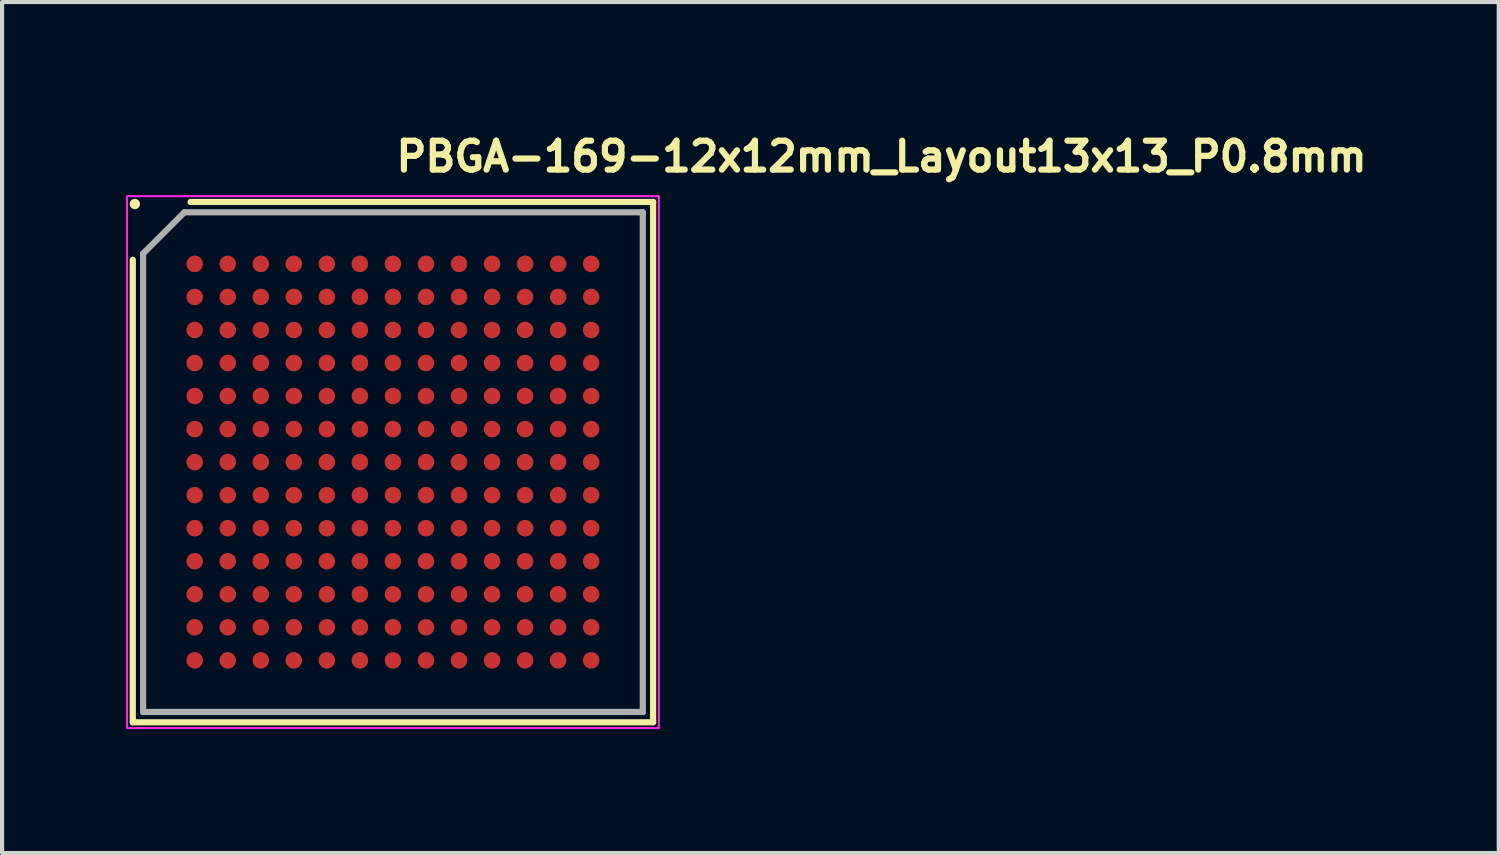
<source format=kicad_pcb>
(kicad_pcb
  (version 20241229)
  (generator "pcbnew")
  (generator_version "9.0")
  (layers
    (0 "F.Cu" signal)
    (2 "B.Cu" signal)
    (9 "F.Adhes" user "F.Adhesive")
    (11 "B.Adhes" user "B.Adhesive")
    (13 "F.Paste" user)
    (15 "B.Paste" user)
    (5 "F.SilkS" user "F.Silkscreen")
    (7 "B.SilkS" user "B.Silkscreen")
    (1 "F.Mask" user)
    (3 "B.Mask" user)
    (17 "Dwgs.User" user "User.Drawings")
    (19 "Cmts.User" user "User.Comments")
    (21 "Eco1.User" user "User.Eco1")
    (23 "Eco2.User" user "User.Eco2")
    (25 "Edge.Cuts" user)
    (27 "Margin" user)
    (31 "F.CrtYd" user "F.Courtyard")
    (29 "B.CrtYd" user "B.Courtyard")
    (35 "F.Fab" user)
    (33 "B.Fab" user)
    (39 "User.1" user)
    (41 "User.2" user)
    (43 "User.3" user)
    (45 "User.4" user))
  (footprint "PBGA-169-12x12mm_Layout13x13_P0.8mm"
    (layer "F.Cu")
    (at 6.465 8.14)
    (property "Reference" "PBGA-169-12x12mm_Layout13x13_P0.8mm" (at 0 -6.99 0) (unlocked yes) (layer "F.SilkS") (effects (font (size 0.7 0.7) (thickness 0.15)) (justify left bottom)))
    (attr smd)
    (fp_line (start -6.3 -4.9) (end -6.3 6.3) (stroke (width 0.15) (type solid)) (layer "F.SilkS"))
    (fp_line (start -6.3 6.3) (end 6.3 6.3) (stroke (width 0.15) (type solid)) (layer "F.SilkS"))
    (fp_line (start 6.3 -6.3) (end -4.9 -6.3) (stroke (width 0.15) (type solid)) (layer "F.SilkS"))
    (fp_line (start 6.3 6.3) (end 6.3 -6.3) (stroke (width 0.15) (type solid)) (layer "F.SilkS"))
    (fp_circle (center -6.25 -6.25) (end -6.2 -6.25) (stroke (width 0.15) (type solid)) (fill yes) (layer "F.SilkS"))
    (fp_rect (start -6.44 -6.44) (end 6.44 6.44) (stroke (width 0.05) (type solid)) (fill no) (layer "F.CrtYd"))
    (fp_line (start -6.05 -5.05) (end -6.05 6.05) (stroke (width 0.15) (type solid)) (layer "F.Fab"))
    (fp_line (start -6.05 -5.05) (end -5.05 -6.05) (stroke (width 0.15) (type solid)) (layer "F.Fab"))
    (fp_line (start -6.05 6.05) (end 6.05 6.05) (stroke (width 0.15) (type solid)) (layer "F.Fab"))
    (fp_line (start 6.05 -6.05) (end -5.05 -6.05) (stroke (width 0.15) (type solid)) (layer "F.Fab"))
    (fp_line (start 6.05 -6.05) (end 6.05 6.05) (stroke (width 0.15) (type solid)) (layer "F.Fab"))
    (fp_rect (start -6.045 -6.045) (end 6.045 6.045) (stroke (width 0.1) (type solid)) (fill no) (layer "User.5"))
    (fp_line (start -6.045 -6.045) (end -6.045 6.045) (stroke (width 0.02) (type solid)) (layer "User.9"))
    (fp_line (start -6.045 6.045) (end 6.045 6.045) (stroke (width 0.02) (type solid)) (layer "User.9"))
    (fp_line (start -5.138 -4.836) (end -5.134 -4.788) (stroke (width 0.02) (type solid)) (layer "User.9"))
    (fp_line (start -5.134 -4.884) (end -5.138 -4.836) (stroke (width 0.02) (type solid)) (layer "User.9"))
    (fp_line (start -5.134 -4.788) (end -5.123 -4.74) (stroke (width 0.02) (type solid)) (layer "User.9"))
    (fp_line (start -5.123 -4.932) (end -5.134 -4.884) (stroke (width 0.02) (type solid)) (layer "User.9"))
    (fp_line (start -5.123 -4.74) (end -5.103 -4.696) (stroke (width 0.02) (type solid)) (layer "User.9"))
    (fp_line (start -5.104 -4.976) (end -5.123 -4.932) (stroke (width 0.02) (type solid)) (layer "User.9"))
    (fp_line (start -5.103 -4.696) (end -5.078 -4.654) (stroke (width 0.02) (type solid)) (layer "User.9"))
    (fp_line (start -5.078 -5.018) (end -5.104 -4.976) (stroke (width 0.02) (type solid)) (layer "User.9"))
    (fp_line (start -5.078 -4.654) (end -5.045 -4.618) (stroke (width 0.02) (type solid)) (layer "User.9"))
    (fp_line (start -5.045 -5.054) (end -5.078 -5.018) (stroke (width 0.02) (type solid)) (layer "User.9"))
    (fp_line (start -5.045 -4.618) (end -5.008 -4.588) (stroke (width 0.02) (type solid)) (layer "User.9"))
    (fp_line (start -5.008 -5.085) (end -5.045 -5.054) (stroke (width 0.02) (type solid)) (layer "User.9"))
    (fp_line (start -5.008 -4.588) (end -4.966 -4.563) (stroke (width 0.02) (type solid)) (layer "User.9"))
    (fp_line (start -4.966 -5.109) (end -5.008 -5.085) (stroke (width 0.02) (type solid)) (layer "User.9"))
    (fp_line (start -4.966 -4.563) (end -4.92 -4.546) (stroke (width 0.02) (type solid)) (layer "User.9"))
    (fp_line (start -4.92 -5.126) (end -4.966 -5.109) (stroke (width 0.02) (type solid)) (layer "User.9"))
    (fp_line (start -4.92 -4.546) (end -4.872 -4.536) (stroke (width 0.02) (type solid)) (layer "User.9"))
    (fp_line (start -4.872 -5.136) (end -4.92 -5.126) (stroke (width 0.02) (type solid)) (layer "User.9"))
    (fp_line (start -4.872 -4.536) (end -4.824 -4.534) (stroke (width 0.02) (type solid)) (layer "User.9"))
    (fp_line (start -4.824 -5.138) (end -4.872 -5.136) (stroke (width 0.02) (type solid)) (layer "User.9"))
    (fp_line (start -4.824 -4.534) (end -4.776 -4.54) (stroke (width 0.02) (type solid)) (layer "User.9"))
    (fp_line (start -4.776 -5.132) (end -4.824 -5.138) (stroke (width 0.02) (type solid)) (layer "User.9"))
    (fp_line (start -4.776 -4.54) (end -4.729 -4.553) (stroke (width 0.02) (type solid)) (layer "User.9"))
    (fp_line (start -4.729 -5.118) (end -4.776 -5.132) (stroke (width 0.02) (type solid)) (layer "User.9"))
    (fp_line (start -4.729 -4.553) (end -4.685 -4.574) (stroke (width 0.02) (type solid)) (layer "User.9"))
    (fp_line (start -4.685 -5.098) (end -4.729 -5.118) (stroke (width 0.02) (type solid)) (layer "User.9"))
    (fp_line (start -4.685 -4.574) (end -4.645 -4.602) (stroke (width 0.02) (type solid)) (layer "User.9"))
    (fp_line (start -4.645 -5.07) (end -4.685 -5.098) (stroke (width 0.02) (type solid)) (layer "User.9"))
    (fp_line (start -4.645 -4.602) (end -4.61 -4.636) (stroke (width 0.02) (type solid)) (layer "User.9"))
    (fp_line (start -4.61 -5.036) (end -4.645 -5.07) (stroke (width 0.02) (type solid)) (layer "User.9"))
    (fp_line (start -4.61 -4.636) (end -4.58 -4.674) (stroke (width 0.02) (type solid)) (layer "User.9"))
    (fp_line (start -4.581 -4.998) (end -4.61 -5.036) (stroke (width 0.02) (type solid)) (layer "User.9"))
    (fp_line (start -4.58 -4.674) (end -4.558 -4.718) (stroke (width 0.02) (type solid)) (layer "User.9"))
    (fp_line (start -4.558 -4.954) (end -4.581 -4.998) (stroke (width 0.02) (type solid)) (layer "User.9"))
    (fp_line (start -4.558 -4.718) (end -4.543 -4.764) (stroke (width 0.02) (type solid)) (layer "User.9"))
    (fp_line (start -4.543 -4.908) (end -4.558 -4.954) (stroke (width 0.02) (type solid)) (layer "User.9"))
    (fp_line (start -4.543 -4.764) (end -4.535 -4.812) (stroke (width 0.02) (type solid)) (layer "User.9"))
    (fp_line (start -4.535 -4.86) (end -4.543 -4.908) (stroke (width 0.02) (type solid)) (layer "User.9"))
    (fp_line (start -4.535 -4.812) (end -4.535 -4.86) (stroke (width 0.02) (type solid)) (layer "User.9"))
    (fp_line (start 6.045 -6.045) (end -6.045 -6.045) (stroke (width 0.02) (type solid)) (layer "User.9"))
    (fp_line (start 6.045 6.045) (end 6.045 -6.045) (stroke (width 0.02) (type solid)) (layer "User.9"))
    (pad "A1" smd circle (at -4.8 -4.8 180) (size 0.4 0.4) (property pad_prop_bga) (layers "F.Cu" "F.Mask" "F.Paste"))
    (pad "A2" smd circle (at -4 -4.8 180) (size 0.4 0.4) (property pad_prop_bga) (layers "F.Cu" "F.Mask" "F.Paste"))
    (pad "A3" smd circle (at -3.2 -4.8 180) (size 0.4 0.4) (property pad_prop_bga) (layers "F.Cu" "F.Mask" "F.Paste"))
    (pad "A4" smd circle (at -2.4 -4.8 180) (size 0.4 0.4) (property pad_prop_bga) (layers "F.Cu" "F.Mask" "F.Paste"))
    (pad "A5" smd circle (at -1.6 -4.8 180) (size 0.4 0.4) (property pad_prop_bga) (layers "F.Cu" "F.Mask" "F.Paste"))
    (pad "A6" smd circle (at -0.8 -4.8 180) (size 0.4 0.4) (property pad_prop_bga) (layers "F.Cu" "F.Mask" "F.Paste"))
    (pad "A7" smd circle (at 0 -4.8 180) (size 0.4 0.4) (property pad_prop_bga) (layers "F.Cu" "F.Mask" "F.Paste"))
    (pad "A8" smd circle (at 0.8 -4.8 180) (size 0.4 0.4) (property pad_prop_bga) (layers "F.Cu" "F.Mask" "F.Paste"))
    (pad "A9" smd circle (at 1.6 -4.8 180) (size 0.4 0.4) (property pad_prop_bga) (layers "F.Cu" "F.Mask" "F.Paste"))
    (pad "A10" smd circle (at 2.4 -4.8 180) (size 0.4 0.4) (property pad_prop_bga) (layers "F.Cu" "F.Mask" "F.Paste"))
    (pad "A11" smd circle (at 3.2 -4.8 180) (size 0.4 0.4) (property pad_prop_bga) (layers "F.Cu" "F.Mask" "F.Paste"))
    (pad "A12" smd circle (at 4 -4.8 180) (size 0.4 0.4) (property pad_prop_bga) (layers "F.Cu" "F.Mask" "F.Paste"))
    (pad "A13" smd circle (at 4.8 -4.8 180) (size 0.4 0.4) (property pad_prop_bga) (layers "F.Cu" "F.Mask" "F.Paste"))
    (pad "B1" smd circle (at -4.8 -4 180) (size 0.4 0.4) (property pad_prop_bga) (layers "F.Cu" "F.Mask" "F.Paste"))
    (pad "B2" smd circle (at -4 -4 180) (size 0.4 0.4) (property pad_prop_bga) (layers "F.Cu" "F.Mask" "F.Paste"))
    (pad "B3" smd circle (at -3.2 -4 180) (size 0.4 0.4) (property pad_prop_bga) (layers "F.Cu" "F.Mask" "F.Paste"))
    (pad "B4" smd circle (at -2.4 -4 180) (size 0.4 0.4) (property pad_prop_bga) (layers "F.Cu" "F.Mask" "F.Paste"))
    (pad "B5" smd circle (at -1.6 -4 180) (size 0.4 0.4) (property pad_prop_bga) (layers "F.Cu" "F.Mask" "F.Paste"))
    (pad "B6" smd circle (at -0.8 -4 180) (size 0.4 0.4) (property pad_prop_bga) (layers "F.Cu" "F.Mask" "F.Paste"))
    (pad "B7" smd circle (at 0 -4 180) (size 0.4 0.4) (property pad_prop_bga) (layers "F.Cu" "F.Mask" "F.Paste"))
    (pad "B8" smd circle (at 0.8 -4 180) (size 0.4 0.4) (property pad_prop_bga) (layers "F.Cu" "F.Mask" "F.Paste"))
    (pad "B9" smd circle (at 1.6 -4 180) (size 0.4 0.4) (property pad_prop_bga) (layers "F.Cu" "F.Mask" "F.Paste"))
    (pad "B10" smd circle (at 2.4 -4 180) (size 0.4 0.4) (property pad_prop_bga) (layers "F.Cu" "F.Mask" "F.Paste"))
    (pad "B11" smd circle (at 3.2 -4 180) (size 0.4 0.4) (property pad_prop_bga) (layers "F.Cu" "F.Mask" "F.Paste"))
    (pad "B12" smd circle (at 4 -4 180) (size 0.4 0.4) (property pad_prop_bga) (layers "F.Cu" "F.Mask" "F.Paste"))
    (pad "B13" smd circle (at 4.8 -4 180) (size 0.4 0.4) (property pad_prop_bga) (layers "F.Cu" "F.Mask" "F.Paste"))
    (pad "C1" smd circle (at -4.8 -3.2 180) (size 0.4 0.4) (property pad_prop_bga) (layers "F.Cu" "F.Mask" "F.Paste"))
    (pad "C2" smd circle (at -4 -3.2 180) (size 0.4 0.4) (property pad_prop_bga) (layers "F.Cu" "F.Mask" "F.Paste"))
    (pad "C3" smd circle (at -3.2 -3.2 180) (size 0.4 0.4) (property pad_prop_bga) (layers "F.Cu" "F.Mask" "F.Paste"))
    (pad "C4" smd circle (at -2.4 -3.2 180) (size 0.4 0.4) (property pad_prop_bga) (layers "F.Cu" "F.Mask" "F.Paste"))
    (pad "C5" smd circle (at -1.6 -3.2 180) (size 0.4 0.4) (property pad_prop_bga) (layers "F.Cu" "F.Mask" "F.Paste"))
    (pad "C6" smd circle (at -0.8 -3.2 180) (size 0.4 0.4) (property pad_prop_bga) (layers "F.Cu" "F.Mask" "F.Paste"))
    (pad "C7" smd circle (at 0 -3.2 180) (size 0.4 0.4) (property pad_prop_bga) (layers "F.Cu" "F.Mask" "F.Paste"))
    (pad "C8" smd circle (at 0.8 -3.2 180) (size 0.4 0.4) (property pad_prop_bga) (layers "F.Cu" "F.Mask" "F.Paste"))
    (pad "C9" smd circle (at 1.6 -3.2 180) (size 0.4 0.4) (property pad_prop_bga) (layers "F.Cu" "F.Mask" "F.Paste"))
    (pad "C10" smd circle (at 2.4 -3.2 180) (size 0.4 0.4) (property pad_prop_bga) (layers "F.Cu" "F.Mask" "F.Paste"))
    (pad "C11" smd circle (at 3.2 -3.2 180) (size 0.4 0.4) (property pad_prop_bga) (layers "F.Cu" "F.Mask" "F.Paste"))
    (pad "C12" smd circle (at 4 -3.2 180) (size 0.4 0.4) (property pad_prop_bga) (layers "F.Cu" "F.Mask" "F.Paste"))
    (pad "C13" smd circle (at 4.8 -3.2 180) (size 0.4 0.4) (property pad_prop_bga) (layers "F.Cu" "F.Mask" "F.Paste"))
    (pad "D1" smd circle (at -4.8 -2.4 180) (size 0.4 0.4) (property pad_prop_bga) (layers "F.Cu" "F.Mask" "F.Paste"))
    (pad "D2" smd circle (at -4 -2.4 180) (size 0.4 0.4) (property pad_prop_bga) (layers "F.Cu" "F.Mask" "F.Paste"))
    (pad "D3" smd circle (at -3.2 -2.4 180) (size 0.4 0.4) (property pad_prop_bga) (layers "F.Cu" "F.Mask" "F.Paste"))
    (pad "D4" smd circle (at -2.4 -2.4 180) (size 0.4 0.4) (property pad_prop_bga) (layers "F.Cu" "F.Mask" "F.Paste"))
    (pad "D5" smd circle (at -1.6 -2.4 180) (size 0.4 0.4) (property pad_prop_bga) (layers "F.Cu" "F.Mask" "F.Paste"))
    (pad "D6" smd circle (at -0.8 -2.4 180) (size 0.4 0.4) (property pad_prop_bga) (layers "F.Cu" "F.Mask" "F.Paste"))
    (pad "D7" smd circle (at 0 -2.4 180) (size 0.4 0.4) (property pad_prop_bga) (layers "F.Cu" "F.Mask" "F.Paste"))
    (pad "D8" smd circle (at 0.8 -2.4 180) (size 0.4 0.4) (property pad_prop_bga) (layers "F.Cu" "F.Mask" "F.Paste"))
    (pad "D9" smd circle (at 1.6 -2.4 180) (size 0.4 0.4) (property pad_prop_bga) (layers "F.Cu" "F.Mask" "F.Paste"))
    (pad "D10" smd circle (at 2.4 -2.4 180) (size 0.4 0.4) (property pad_prop_bga) (layers "F.Cu" "F.Mask" "F.Paste"))
    (pad "D11" smd circle (at 3.2 -2.4 180) (size 0.4 0.4) (property pad_prop_bga) (layers "F.Cu" "F.Mask" "F.Paste"))
    (pad "D12" smd circle (at 4 -2.4 180) (size 0.4 0.4) (property pad_prop_bga) (layers "F.Cu" "F.Mask" "F.Paste"))
    (pad "D13" smd circle (at 4.8 -2.4 180) (size 0.4 0.4) (property pad_prop_bga) (layers "F.Cu" "F.Mask" "F.Paste"))
    (pad "E1" smd circle (at -4.8 -1.6 180) (size 0.4 0.4) (property pad_prop_bga) (layers "F.Cu" "F.Mask" "F.Paste"))
    (pad "E2" smd circle (at -4 -1.6 180) (size 0.4 0.4) (property pad_prop_bga) (layers "F.Cu" "F.Mask" "F.Paste"))
    (pad "E3" smd circle (at -3.2 -1.6 180) (size 0.4 0.4) (property pad_prop_bga) (layers "F.Cu" "F.Mask" "F.Paste"))
    (pad "E4" smd circle (at -2.4 -1.6 180) (size 0.4 0.4) (property pad_prop_bga) (layers "F.Cu" "F.Mask" "F.Paste"))
    (pad "E5" smd circle (at -1.6 -1.6 180) (size 0.4 0.4) (property pad_prop_bga) (layers "F.Cu" "F.Mask" "F.Paste"))
    (pad "E6" smd circle (at -0.8 -1.6 180) (size 0.4 0.4) (property pad_prop_bga) (layers "F.Cu" "F.Mask" "F.Paste"))
    (pad "E7" smd circle (at 0 -1.6 180) (size 0.4 0.4) (property pad_prop_bga) (layers "F.Cu" "F.Mask" "F.Paste"))
    (pad "E8" smd circle (at 0.8 -1.6 180) (size 0.4 0.4) (property pad_prop_bga) (layers "F.Cu" "F.Mask" "F.Paste"))
    (pad "E9" smd circle (at 1.6 -1.6 180) (size 0.4 0.4) (property pad_prop_bga) (layers "F.Cu" "F.Mask" "F.Paste"))
    (pad "E10" smd circle (at 2.4 -1.6 180) (size 0.4 0.4) (property pad_prop_bga) (layers "F.Cu" "F.Mask" "F.Paste"))
    (pad "E11" smd circle (at 3.2 -1.6 180) (size 0.4 0.4) (property pad_prop_bga) (layers "F.Cu" "F.Mask" "F.Paste"))
    (pad "E12" smd circle (at 4 -1.6 180) (size 0.4 0.4) (property pad_prop_bga) (layers "F.Cu" "F.Mask" "F.Paste"))
    (pad "E13" smd circle (at 4.8 -1.6 180) (size 0.4 0.4) (property pad_prop_bga) (layers "F.Cu" "F.Mask" "F.Paste"))
    (pad "F1" smd circle (at -4.8 -0.8 180) (size 0.4 0.4) (property pad_prop_bga) (layers "F.Cu" "F.Mask" "F.Paste"))
    (pad "F2" smd circle (at -4 -0.8 180) (size 0.4 0.4) (property pad_prop_bga) (layers "F.Cu" "F.Mask" "F.Paste"))
    (pad "F3" smd circle (at -3.2 -0.8 180) (size 0.4 0.4) (property pad_prop_bga) (layers "F.Cu" "F.Mask" "F.Paste"))
    (pad "F4" smd circle (at -2.4 -0.8 180) (size 0.4 0.4) (property pad_prop_bga) (layers "F.Cu" "F.Mask" "F.Paste"))
    (pad "F5" smd circle (at -1.6 -0.8 180) (size 0.4 0.4) (property pad_prop_bga) (layers "F.Cu" "F.Mask" "F.Paste"))
    (pad "F6" smd circle (at -0.8 -0.8 180) (size 0.4 0.4) (property pad_prop_bga) (layers "F.Cu" "F.Mask" "F.Paste"))
    (pad "F7" smd circle (at 0 -0.8 180) (size 0.4 0.4) (property pad_prop_bga) (layers "F.Cu" "F.Mask" "F.Paste"))
    (pad "F8" smd circle (at 0.8 -0.8 180) (size 0.4 0.4) (property pad_prop_bga) (layers "F.Cu" "F.Mask" "F.Paste"))
    (pad "F9" smd circle (at 1.6 -0.8 180) (size 0.4 0.4) (property pad_prop_bga) (layers "F.Cu" "F.Mask" "F.Paste"))
    (pad "F10" smd circle (at 2.4 -0.8 180) (size 0.4 0.4) (property pad_prop_bga) (layers "F.Cu" "F.Mask" "F.Paste"))
    (pad "F11" smd circle (at 3.2 -0.8 180) (size 0.4 0.4) (property pad_prop_bga) (layers "F.Cu" "F.Mask" "F.Paste"))
    (pad "F12" smd circle (at 4 -0.8 180) (size 0.4 0.4) (property pad_prop_bga) (layers "F.Cu" "F.Mask" "F.Paste"))
    (pad "F13" smd circle (at 4.8 -0.8 180) (size 0.4 0.4) (property pad_prop_bga) (layers "F.Cu" "F.Mask" "F.Paste"))
    (pad "G1" smd circle (at -4.8 0 180) (size 0.4 0.4) (property pad_prop_bga) (layers "F.Cu" "F.Mask" "F.Paste"))
    (pad "G2" smd circle (at -4 0 180) (size 0.4 0.4) (property pad_prop_bga) (layers "F.Cu" "F.Mask" "F.Paste"))
    (pad "G3" smd circle (at -3.2 0 180) (size 0.4 0.4) (property pad_prop_bga) (layers "F.Cu" "F.Mask" "F.Paste"))
    (pad "G4" smd circle (at -2.4 0 180) (size 0.4 0.4) (property pad_prop_bga) (layers "F.Cu" "F.Mask" "F.Paste"))
    (pad "G5" smd circle (at -1.6 0 180) (size 0.4 0.4) (property pad_prop_bga) (layers "F.Cu" "F.Mask" "F.Paste"))
    (pad "G6" smd circle (at -0.8 0 180) (size 0.4 0.4) (property pad_prop_bga) (layers "F.Cu" "F.Mask" "F.Paste"))
    (pad "G7" smd circle (at 0 0 180) (size 0.4 0.4) (property pad_prop_bga) (layers "F.Cu" "F.Mask" "F.Paste"))
    (pad "G8" smd circle (at 0.8 0 180) (size 0.4 0.4) (property pad_prop_bga) (layers "F.Cu" "F.Mask" "F.Paste"))
    (pad "G9" smd circle (at 1.6 0 180) (size 0.4 0.4) (property pad_prop_bga) (layers "F.Cu" "F.Mask" "F.Paste"))
    (pad "G10" smd circle (at 2.4 0 180) (size 0.4 0.4) (property pad_prop_bga) (layers "F.Cu" "F.Mask" "F.Paste"))
    (pad "G11" smd circle (at 3.2 0 180) (size 0.4 0.4) (property pad_prop_bga) (layers "F.Cu" "F.Mask" "F.Paste"))
    (pad "G12" smd circle (at 4 0 180) (size 0.4 0.4) (property pad_prop_bga) (layers "F.Cu" "F.Mask" "F.Paste"))
    (pad "G13" smd circle (at 4.8 0 180) (size 0.4 0.4) (property pad_prop_bga) (layers "F.Cu" "F.Mask" "F.Paste"))
    (pad "H1" smd circle (at -4.8 0.8 180) (size 0.4 0.4) (property pad_prop_bga) (layers "F.Cu" "F.Mask" "F.Paste"))
    (pad "H2" smd circle (at -4 0.8 180) (size 0.4 0.4) (property pad_prop_bga) (layers "F.Cu" "F.Mask" "F.Paste"))
    (pad "H3" smd circle (at -3.2 0.8 180) (size 0.4 0.4) (property pad_prop_bga) (layers "F.Cu" "F.Mask" "F.Paste"))
    (pad "H4" smd circle (at -2.4 0.8 180) (size 0.4 0.4) (property pad_prop_bga) (layers "F.Cu" "F.Mask" "F.Paste"))
    (pad "H5" smd circle (at -1.6 0.8 180) (size 0.4 0.4) (property pad_prop_bga) (layers "F.Cu" "F.Mask" "F.Paste"))
    (pad "H6" smd circle (at -0.8 0.8 180) (size 0.4 0.4) (property pad_prop_bga) (layers "F.Cu" "F.Mask" "F.Paste"))
    (pad "H7" smd circle (at 0 0.8 180) (size 0.4 0.4) (property pad_prop_bga) (layers "F.Cu" "F.Mask" "F.Paste"))
    (pad "H8" smd circle (at 0.8 0.8 180) (size 0.4 0.4) (property pad_prop_bga) (layers "F.Cu" "F.Mask" "F.Paste"))
    (pad "H9" smd circle (at 1.6 0.8 180) (size 0.4 0.4) (property pad_prop_bga) (layers "F.Cu" "F.Mask" "F.Paste"))
    (pad "H10" smd circle (at 2.4 0.8 180) (size 0.4 0.4) (property pad_prop_bga) (layers "F.Cu" "F.Mask" "F.Paste"))
    (pad "H11" smd circle (at 3.2 0.8 180) (size 0.4 0.4) (property pad_prop_bga) (layers "F.Cu" "F.Mask" "F.Paste"))
    (pad "H12" smd circle (at 4 0.8 180) (size 0.4 0.4) (property pad_prop_bga) (layers "F.Cu" "F.Mask" "F.Paste"))
    (pad "H13" smd circle (at 4.8 0.8 180) (size 0.4 0.4) (property pad_prop_bga) (layers "F.Cu" "F.Mask" "F.Paste"))
    (pad "J1" smd circle (at -4.8 1.6 180) (size 0.4 0.4) (property pad_prop_bga) (layers "F.Cu" "F.Mask" "F.Paste"))
    (pad "J2" smd circle (at -4 1.6 180) (size 0.4 0.4) (property pad_prop_bga) (layers "F.Cu" "F.Mask" "F.Paste"))
    (pad "J3" smd circle (at -3.2 1.6 180) (size 0.4 0.4) (property pad_prop_bga) (layers "F.Cu" "F.Mask" "F.Paste"))
    (pad "J4" smd circle (at -2.4 1.6 180) (size 0.4 0.4) (property pad_prop_bga) (layers "F.Cu" "F.Mask" "F.Paste"))
    (pad "J5" smd circle (at -1.6 1.6 180) (size 0.4 0.4) (property pad_prop_bga) (layers "F.Cu" "F.Mask" "F.Paste"))
    (pad "J6" smd circle (at -0.8 1.6 180) (size 0.4 0.4) (property pad_prop_bga) (layers "F.Cu" "F.Mask" "F.Paste"))
    (pad "J7" smd circle (at 0 1.6 180) (size 0.4 0.4) (property pad_prop_bga) (layers "F.Cu" "F.Mask" "F.Paste"))
    (pad "J8" smd circle (at 0.8 1.6 180) (size 0.4 0.4) (property pad_prop_bga) (layers "F.Cu" "F.Mask" "F.Paste"))
    (pad "J9" smd circle (at 1.6 1.6 180) (size 0.4 0.4) (property pad_prop_bga) (layers "F.Cu" "F.Mask" "F.Paste"))
    (pad "J10" smd circle (at 2.4 1.6 180) (size 0.4 0.4) (property pad_prop_bga) (layers "F.Cu" "F.Mask" "F.Paste"))
    (pad "J11" smd circle (at 3.2 1.6 180) (size 0.4 0.4) (property pad_prop_bga) (layers "F.Cu" "F.Mask" "F.Paste"))
    (pad "J12" smd circle (at 4 1.6 180) (size 0.4 0.4) (property pad_prop_bga) (layers "F.Cu" "F.Mask" "F.Paste"))
    (pad "J13" smd circle (at 4.8 1.6 180) (size 0.4 0.4) (property pad_prop_bga) (layers "F.Cu" "F.Mask" "F.Paste"))
    (pad "K1" smd circle (at -4.8 2.4 180) (size 0.4 0.4) (property pad_prop_bga) (layers "F.Cu" "F.Mask" "F.Paste"))
    (pad "K2" smd circle (at -4 2.4 180) (size 0.4 0.4) (property pad_prop_bga) (layers "F.Cu" "F.Mask" "F.Paste"))
    (pad "K3" smd circle (at -3.2 2.4 180) (size 0.4 0.4) (property pad_prop_bga) (layers "F.Cu" "F.Mask" "F.Paste"))
    (pad "K4" smd circle (at -2.4 2.4 180) (size 0.4 0.4) (property pad_prop_bga) (layers "F.Cu" "F.Mask" "F.Paste"))
    (pad "K5" smd circle (at -1.6 2.4 180) (size 0.4 0.4) (property pad_prop_bga) (layers "F.Cu" "F.Mask" "F.Paste"))
    (pad "K6" smd circle (at -0.8 2.4 180) (size 0.4 0.4) (property pad_prop_bga) (layers "F.Cu" "F.Mask" "F.Paste"))
    (pad "K7" smd circle (at 0 2.4 180) (size 0.4 0.4) (property pad_prop_bga) (layers "F.Cu" "F.Mask" "F.Paste"))
    (pad "K8" smd circle (at 0.8 2.4 180) (size 0.4 0.4) (property pad_prop_bga) (layers "F.Cu" "F.Mask" "F.Paste"))
    (pad "K9" smd circle (at 1.6 2.4 180) (size 0.4 0.4) (property pad_prop_bga) (layers "F.Cu" "F.Mask" "F.Paste"))
    (pad "K10" smd circle (at 2.4 2.4 180) (size 0.4 0.4) (property pad_prop_bga) (layers "F.Cu" "F.Mask" "F.Paste"))
    (pad "K11" smd circle (at 3.2 2.4 180) (size 0.4 0.4) (property pad_prop_bga) (layers "F.Cu" "F.Mask" "F.Paste"))
    (pad "K12" smd circle (at 4 2.4 180) (size 0.4 0.4) (property pad_prop_bga) (layers "F.Cu" "F.Mask" "F.Paste"))
    (pad "K13" smd circle (at 4.8 2.4 180) (size 0.4 0.4) (property pad_prop_bga) (layers "F.Cu" "F.Mask" "F.Paste"))
    (pad "L1" smd circle (at -4.8 3.2 180) (size 0.4 0.4) (property pad_prop_bga) (layers "F.Cu" "F.Mask" "F.Paste"))
    (pad "L2" smd circle (at -4 3.2 180) (size 0.4 0.4) (property pad_prop_bga) (layers "F.Cu" "F.Mask" "F.Paste"))
    (pad "L3" smd circle (at -3.2 3.2 180) (size 0.4 0.4) (property pad_prop_bga) (layers "F.Cu" "F.Mask" "F.Paste"))
    (pad "L4" smd circle (at -2.4 3.2 180) (size 0.4 0.4) (property pad_prop_bga) (layers "F.Cu" "F.Mask" "F.Paste"))
    (pad "L5" smd circle (at -1.6 3.2 180) (size 0.4 0.4) (property pad_prop_bga) (layers "F.Cu" "F.Mask" "F.Paste"))
    (pad "L6" smd circle (at -0.8 3.2 180) (size 0.4 0.4) (property pad_prop_bga) (layers "F.Cu" "F.Mask" "F.Paste"))
    (pad "L7" smd circle (at 0 3.2 180) (size 0.4 0.4) (property pad_prop_bga) (layers "F.Cu" "F.Mask" "F.Paste"))
    (pad "L8" smd circle (at 0.8 3.2 180) (size 0.4 0.4) (property pad_prop_bga) (layers "F.Cu" "F.Mask" "F.Paste"))
    (pad "L9" smd circle (at 1.6 3.2 180) (size 0.4 0.4) (property pad_prop_bga) (layers "F.Cu" "F.Mask" "F.Paste"))
    (pad "L10" smd circle (at 2.4 3.2 180) (size 0.4 0.4) (property pad_prop_bga) (layers "F.Cu" "F.Mask" "F.Paste"))
    (pad "L11" smd circle (at 3.2 3.2 180) (size 0.4 0.4) (property pad_prop_bga) (layers "F.Cu" "F.Mask" "F.Paste"))
    (pad "L12" smd circle (at 4 3.2 180) (size 0.4 0.4) (property pad_prop_bga) (layers "F.Cu" "F.Mask" "F.Paste"))
    (pad "L13" smd circle (at 4.8 3.2 180) (size 0.4 0.4) (property pad_prop_bga) (layers "F.Cu" "F.Mask" "F.Paste"))
    (pad "M1" smd circle (at -4.8 4 180) (size 0.4 0.4) (property pad_prop_bga) (layers "F.Cu" "F.Mask" "F.Paste"))
    (pad "M2" smd circle (at -4 4 180) (size 0.4 0.4) (property pad_prop_bga) (layers "F.Cu" "F.Mask" "F.Paste"))
    (pad "M3" smd circle (at -3.2 4 180) (size 0.4 0.4) (property pad_prop_bga) (layers "F.Cu" "F.Mask" "F.Paste"))
    (pad "M4" smd circle (at -2.4 4 180) (size 0.4 0.4) (property pad_prop_bga) (layers "F.Cu" "F.Mask" "F.Paste"))
    (pad "M5" smd circle (at -1.6 4 180) (size 0.4 0.4) (property pad_prop_bga) (layers "F.Cu" "F.Mask" "F.Paste"))
    (pad "M6" smd circle (at -0.8 4 180) (size 0.4 0.4) (property pad_prop_bga) (layers "F.Cu" "F.Mask" "F.Paste"))
    (pad "M7" smd circle (at 0 4 180) (size 0.4 0.4) (property pad_prop_bga) (layers "F.Cu" "F.Mask" "F.Paste"))
    (pad "M8" smd circle (at 0.8 4 180) (size 0.4 0.4) (property pad_prop_bga) (layers "F.Cu" "F.Mask" "F.Paste"))
    (pad "M9" smd circle (at 1.6 4 180) (size 0.4 0.4) (property pad_prop_bga) (layers "F.Cu" "F.Mask" "F.Paste"))
    (pad "M10" smd circle (at 2.4 4 180) (size 0.4 0.4) (property pad_prop_bga) (layers "F.Cu" "F.Mask" "F.Paste"))
    (pad "M11" smd circle (at 3.2 4 180) (size 0.4 0.4) (property pad_prop_bga) (layers "F.Cu" "F.Mask" "F.Paste"))
    (pad "M12" smd circle (at 4 4 180) (size 0.4 0.4) (property pad_prop_bga) (layers "F.Cu" "F.Mask" "F.Paste"))
    (pad "M13" smd circle (at 4.8 4 180) (size 0.4 0.4) (property pad_prop_bga) (layers "F.Cu" "F.Mask" "F.Paste"))
    (pad "N1" smd circle (at -4.8 4.8 180) (size 0.4 0.4) (property pad_prop_bga) (layers "F.Cu" "F.Mask" "F.Paste"))
    (pad "N2" smd circle (at -4 4.8 180) (size 0.4 0.4) (property pad_prop_bga) (layers "F.Cu" "F.Mask" "F.Paste"))
    (pad "N3" smd circle (at -3.2 4.8 180) (size 0.4 0.4) (property pad_prop_bga) (layers "F.Cu" "F.Mask" "F.Paste"))
    (pad "N4" smd circle (at -2.4 4.8 180) (size 0.4 0.4) (property pad_prop_bga) (layers "F.Cu" "F.Mask" "F.Paste"))
    (pad "N5" smd circle (at -1.6 4.8 180) (size 0.4 0.4) (property pad_prop_bga) (layers "F.Cu" "F.Mask" "F.Paste"))
    (pad "N6" smd circle (at -0.8 4.8 180) (size 0.4 0.4) (property pad_prop_bga) (layers "F.Cu" "F.Mask" "F.Paste"))
    (pad "N7" smd circle (at 0 4.8 180) (size 0.4 0.4) (property pad_prop_bga) (layers "F.Cu" "F.Mask" "F.Paste"))
    (pad "N8" smd circle (at 0.8 4.8 180) (size 0.4 0.4) (property pad_prop_bga) (layers "F.Cu" "F.Mask" "F.Paste"))
    (pad "N9" smd circle (at 1.6 4.8 180) (size 0.4 0.4) (property pad_prop_bga) (layers "F.Cu" "F.Mask" "F.Paste"))
    (pad "N10" smd circle (at 2.4 4.8 180) (size 0.4 0.4) (property pad_prop_bga) (layers "F.Cu" "F.Mask" "F.Paste"))
    (pad "N11" smd circle (at 3.2 4.8 180) (size 0.4 0.4) (property pad_prop_bga) (layers "F.Cu" "F.Mask" "F.Paste"))
    (pad "N12" smd circle (at 4 4.8 180) (size 0.4 0.4) (property pad_prop_bga) (layers "F.Cu" "F.Mask" "F.Paste"))
    (pad "N13" smd circle (at 4.8 4.8 180) (size 0.4 0.4) (property pad_prop_bga) (layers "F.Cu" "F.Mask" "F.Paste")))
  (gr_rect
    (start -3 -3)
    (end 33.242 17.605)
    (stroke (width 0.1) (type default))
    (fill no)
    (layer "Edge.Cuts")))
</source>
